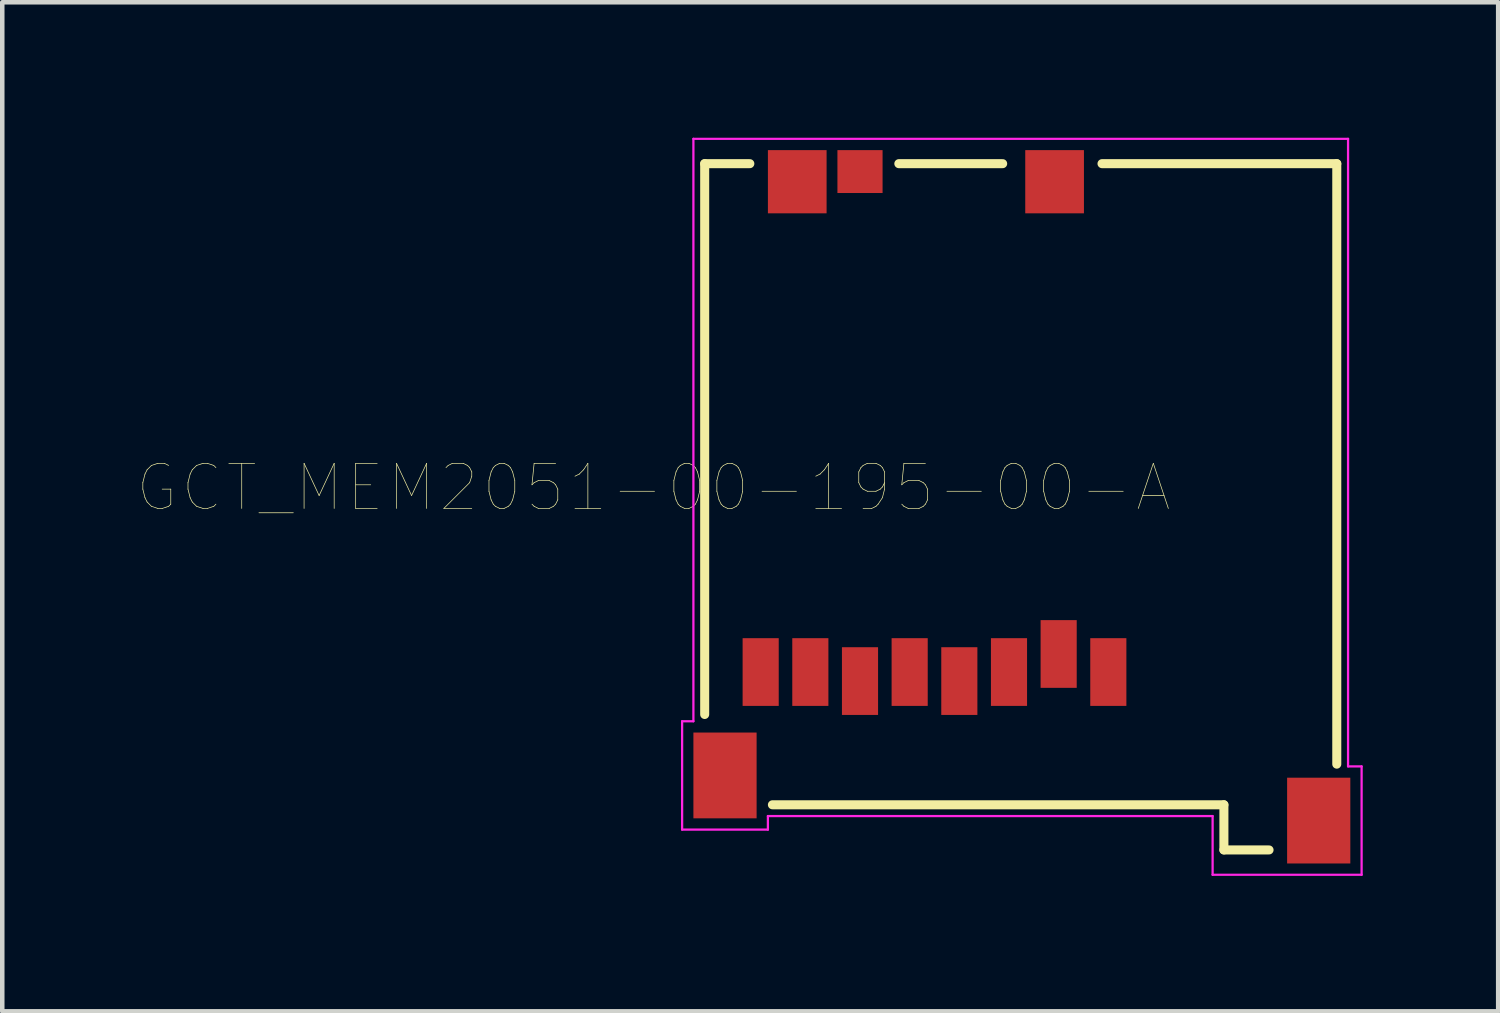
<source format=kicad_pcb>
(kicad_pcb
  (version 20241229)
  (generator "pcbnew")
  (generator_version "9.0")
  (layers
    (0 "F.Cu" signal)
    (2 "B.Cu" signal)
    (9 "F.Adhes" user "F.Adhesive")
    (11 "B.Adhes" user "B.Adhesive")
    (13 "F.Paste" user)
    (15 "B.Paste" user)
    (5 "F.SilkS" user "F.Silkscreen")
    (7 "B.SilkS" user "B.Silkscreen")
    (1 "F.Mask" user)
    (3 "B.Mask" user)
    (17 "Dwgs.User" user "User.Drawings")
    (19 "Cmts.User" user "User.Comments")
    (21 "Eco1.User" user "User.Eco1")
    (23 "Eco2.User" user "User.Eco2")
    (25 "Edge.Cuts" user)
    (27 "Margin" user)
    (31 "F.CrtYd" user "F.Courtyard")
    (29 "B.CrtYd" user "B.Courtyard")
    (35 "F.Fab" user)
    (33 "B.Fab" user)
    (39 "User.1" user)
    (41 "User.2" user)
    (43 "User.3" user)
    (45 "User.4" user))
  (footprint "GCT_MEM2051-00-195-00-A"
    (layer "F.Cu")
    (at 19.558 8.175)
    (property "Reference" "GCT_MEM2051-00-195-00-A" (at -8.135 -0.425 180) (layer "F.SilkS") (effects (font (size 1 1) (thickness 0.015))))
    (attr through_hole)
    (fp_line (start -7 -7.6) (end -7 4.6) (stroke (width 0.2) (type solid)) (layer "F.SilkS"))
    (fp_line (start -6 -7.6) (end -7 -7.6) (stroke (width 0.2) (type solid)) (layer "F.SilkS"))
    (fp_line (start -5.5 6.6) (end 4.5 6.6) (stroke (width 0.2) (type solid)) (layer "F.SilkS"))
    (fp_line (start -0.4 -7.6) (end -2.7 -7.6) (stroke (width 0.2) (type solid)) (layer "F.SilkS"))
    (fp_line (start 4.5 6.6) (end 4.5 7.6) (stroke (width 0.2) (type solid)) (layer "F.SilkS"))
    (fp_line (start 4.5 7.6) (end 5.5 7.6) (stroke (width 0.2) (type solid)) (layer "F.SilkS"))
    (fp_line (start 7 -7.6) (end 1.8 -7.6) (stroke (width 0.2) (type solid)) (layer "F.SilkS"))
    (fp_line (start 7 5.7) (end 7 -7.6) (stroke (width 0.2) (type solid)) (layer "F.SilkS"))
    (fp_line (start -7.5 4.75) (end -7.25 4.75) (stroke (width 0.05) (type solid)) (layer "F.CrtYd"))
    (fp_line (start -7.5 7.15) (end -7.5 4.75) (stroke (width 0.05) (type solid)) (layer "F.CrtYd"))
    (fp_line (start -7.25 -8.15) (end 7.25 -8.15) (stroke (width 0.05) (type solid)) (layer "F.CrtYd"))
    (fp_line (start -7.25 4.75) (end -7.25 -8.15) (stroke (width 0.05) (type solid)) (layer "F.CrtYd"))
    (fp_line (start -5.6 6.85) (end -5.6 7.15) (stroke (width 0.05) (type solid)) (layer "F.CrtYd"))
    (fp_line (start -5.6 7.15) (end -7.5 7.15) (stroke (width 0.05) (type solid)) (layer "F.CrtYd"))
    (fp_line (start 4.25 6.85) (end -5.6 6.85) (stroke (width 0.05) (type solid)) (layer "F.CrtYd"))
    (fp_line (start 4.25 8.15) (end 4.25 6.85) (stroke (width 0.05) (type solid)) (layer "F.CrtYd"))
    (fp_line (start 7.25 -8.15) (end 7.25 5.75) (stroke (width 0.05) (type solid)) (layer "F.CrtYd"))
    (fp_line (start 7.25 5.75) (end 7.55 5.75) (stroke (width 0.05) (type solid)) (layer "F.CrtYd"))
    (fp_line (start 7.55 5.75) (end 7.55 8.15) (stroke (width 0.05) (type solid)) (layer "F.CrtYd"))
    (fp_line (start 7.55 8.15) (end 4.25 8.15) (stroke (width 0.05) (type solid)) (layer "F.CrtYd"))
    (pad "1" smd rect (at 1.94 3.66) (size 0.8 1.5) (layers "F.Cu" "F.Mask" "F.Paste"))
    (pad "2" smd rect (at 0.84 3.26) (size 0.8 1.5) (layers "F.Cu" "F.Mask" "F.Paste"))
    (pad "3" smd rect (at -0.26 3.66) (size 0.8 1.5) (layers "F.Cu" "F.Mask" "F.Paste"))
    (pad "4" smd rect (at -1.36 3.86) (size 0.8 1.5) (layers "F.Cu" "F.Mask" "F.Paste"))
    (pad "5" smd rect (at -2.46 3.66) (size 0.8 1.5) (layers "F.Cu" "F.Mask" "F.Paste"))
    (pad "6" smd rect (at -3.56 3.86) (size 0.8 1.5) (layers "F.Cu" "F.Mask" "F.Paste"))
    (pad "7" smd rect (at -4.66 3.66) (size 0.8 1.5) (layers "F.Cu" "F.Mask" "F.Paste"))
    (pad "8" smd rect (at -5.76 3.66) (size 0.8 1.5) (layers "F.Cu" "F.Mask" "F.Paste"))
    (pad "9" smd rect (at -3.56 -7.425) (size 1 0.95) (layers "F.Cu" "F.Mask" "F.Paste"))
    (pad "P1" smd rect (at -4.95 -7.2) (size 1.3 1.4) (layers "F.Cu" "F.Mask" "F.Paste"))
    (pad "P2" smd rect (at 0.75 -7.2) (size 1.3 1.4) (layers "F.Cu" "F.Mask" "F.Paste"))
    (pad "P3" smd rect (at 6.6 6.95) (size 1.4 1.9) (layers "F.Cu" "F.Mask" "F.Paste"))
    (pad "P4" smd rect (at -6.55 5.95) (size 1.4 1.9) (layers "F.Cu" "F.Mask" "F.Paste")))
  (gr_rect
    (start -3 -3)
    (end 30.133 19.35)
    (stroke (width 0.1) (type default))
    (fill no)
    (layer "Edge.Cuts")))
</source>
